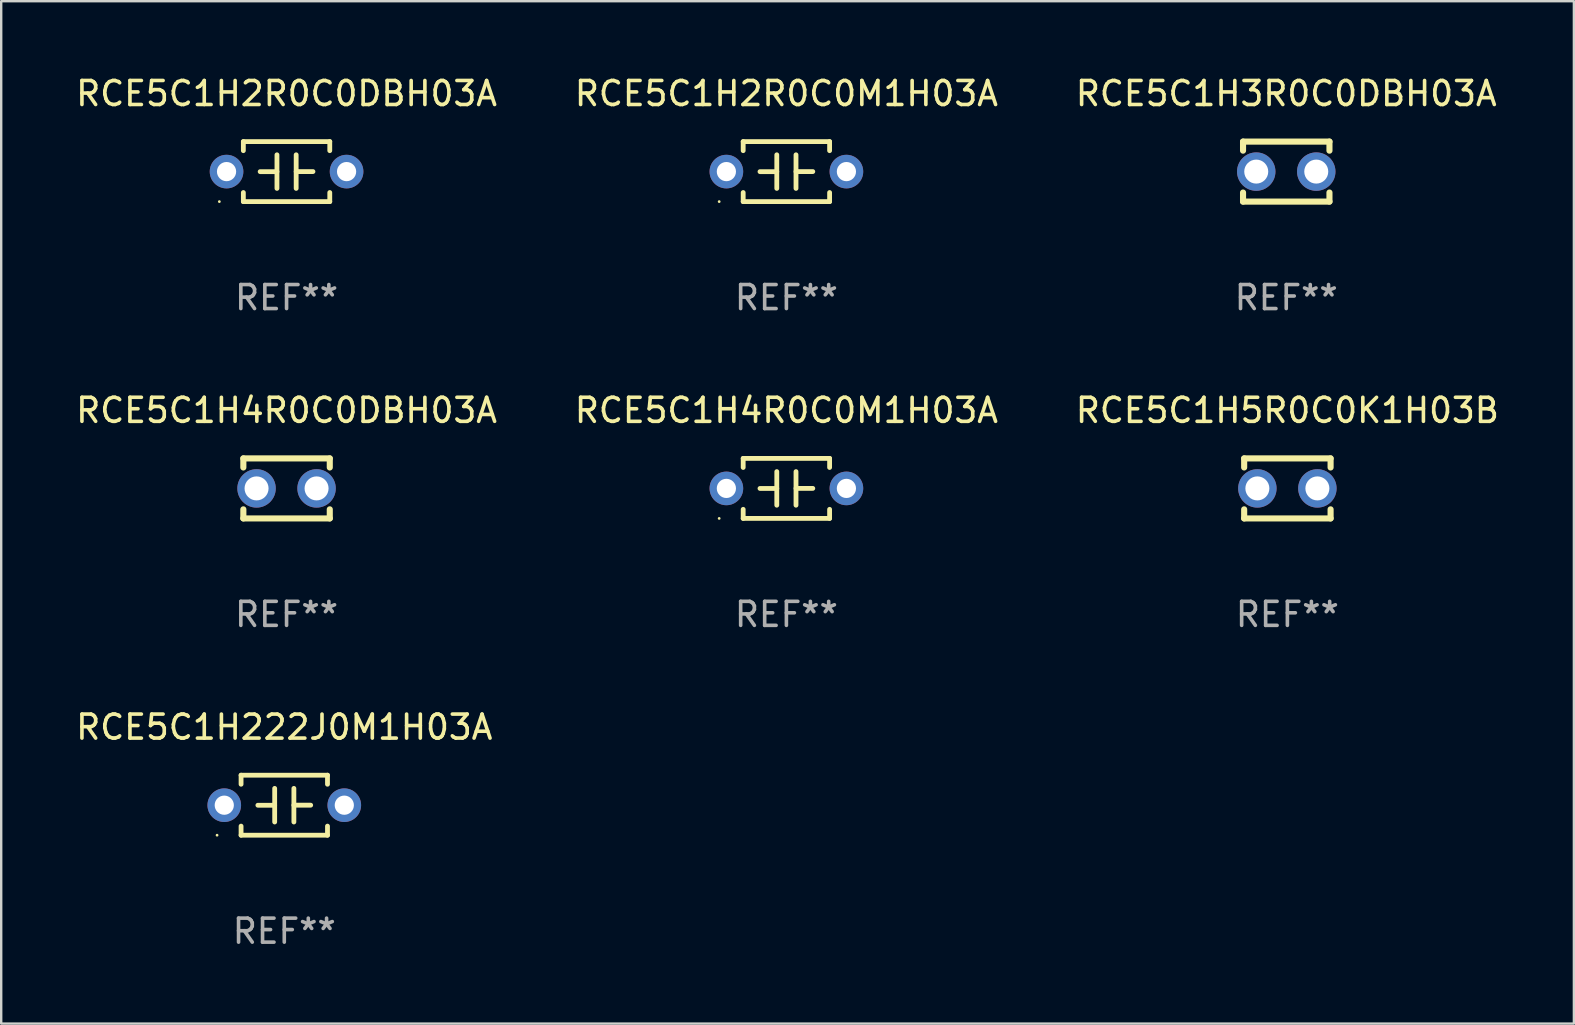
<source format=kicad_pcb>
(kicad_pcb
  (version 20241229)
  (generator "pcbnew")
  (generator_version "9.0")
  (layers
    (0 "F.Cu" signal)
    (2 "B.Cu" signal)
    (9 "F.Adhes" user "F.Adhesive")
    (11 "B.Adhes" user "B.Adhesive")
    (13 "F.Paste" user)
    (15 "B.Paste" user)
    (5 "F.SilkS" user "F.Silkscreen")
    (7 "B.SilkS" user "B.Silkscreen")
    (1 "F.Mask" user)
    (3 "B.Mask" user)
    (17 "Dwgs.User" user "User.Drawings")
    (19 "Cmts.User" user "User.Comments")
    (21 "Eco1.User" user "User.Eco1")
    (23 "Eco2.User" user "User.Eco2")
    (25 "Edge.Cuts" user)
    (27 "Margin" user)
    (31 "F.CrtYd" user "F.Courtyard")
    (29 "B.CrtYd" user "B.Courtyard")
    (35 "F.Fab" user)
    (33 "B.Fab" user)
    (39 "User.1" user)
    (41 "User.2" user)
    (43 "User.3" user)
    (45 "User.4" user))
  (footprint "RCE5C1H4R0C0DBH03A"
    (layer "F.Cu")
    (at 8.887 17.295)
    (property "Reference" "RCE5C1H4R0C0DBH03A" (at 0 -3.25 0) (layer "F.SilkS") (effects (font (size 1 1) (thickness 0.15))))
    (attr through_hole)
    (fp_line (start -1.8 -1.25) (end -1.8 -0.872) (stroke (width 0.254) (type solid)) (layer "F.SilkS"))
    (fp_line (start -1.8 -1.25) (end 1.8 -1.25) (stroke (width 0.254) (type solid)) (layer "F.SilkS"))
    (fp_line (start -1.8 0.872) (end -1.8 1.25) (stroke (width 0.254) (type solid)) (layer "F.SilkS"))
    (fp_line (start -1.8 1.25) (end 1.8 1.25) (stroke (width 0.254) (type solid)) (layer "F.SilkS"))
    (fp_line (start 1.8 -1.25) (end 1.8 -0.872) (stroke (width 0.254) (type solid)) (layer "F.SilkS"))
    (fp_line (start 1.8 0.872) (end 1.8 1.25) (stroke (width 0.254) (type solid)) (layer "F.SilkS"))
    (fp_circle (center -1.8 1.25) (end -1.77 1.25) (stroke (width 0.06) (type solid)) (fill no) (layer "F.SilkS"))
    (fp_text user "REF**" (at 0 5.25 0) (layer "F.Fab") (effects (font (size 1 1) (thickness 0.15))))
    (pad "1" thru_hole circle (at -1.25 0) (size 1.6 1.6) (drill 1) (layers "*.Cu" "*.Mask"))
    (pad "2" thru_hole circle (at 1.25 0) (size 1.6 1.6) (drill 1) (layers "*.Cu" "*.Mask")))
  (footprint "RCE5C1H2R0C0M1H03A"
    (layer "F.Cu")
    (at 29.708 4.098)
    (property "Reference" "RCE5C1H2R0C0M1H03A" (at 0 -3.25 0) (layer "F.SilkS") (effects (font (size 1 1) (thickness 0.15))))
    (attr through_hole)
    (fp_line (start -1.8 -1.25) (end -1.8 -0.872) (stroke (width 0.2) (type solid)) (layer "F.SilkS"))
    (fp_line (start -1.8 -1.25) (end 1.8 -1.25) (stroke (width 0.2) (type solid)) (layer "F.SilkS"))
    (fp_line (start -1.8 0.872) (end -1.8 1.25) (stroke (width 0.2) (type solid)) (layer "F.SilkS"))
    (fp_line (start -1.8 1.25) (end 1.8 1.25) (stroke (width 0.2) (type solid)) (layer "F.SilkS"))
    (fp_line (start -0.4 -0.7) (end -0.4 0.7) (stroke (width 0.2) (type solid)) (layer "F.SilkS"))
    (fp_line (start -0.4 0.002) (end -1.1 0.002) (stroke (width 0.2) (type solid)) (layer "F.SilkS"))
    (fp_line (start 0.4 -0.001) (end 1.1 -0.001) (stroke (width 0.2) (type solid)) (layer "F.SilkS"))
    (fp_line (start 0.4 0.7) (end 0.4 -0.7) (stroke (width 0.2) (type solid)) (layer "F.SilkS"))
    (fp_line (start 1.8 -1.25) (end 1.8 -0.872) (stroke (width 0.2) (type solid)) (layer "F.SilkS"))
    (fp_line (start 1.8 0.872) (end 1.8 1.25) (stroke (width 0.2) (type solid)) (layer "F.SilkS"))
    (fp_circle (center -2.8 1.25) (end -2.77 1.25) (stroke (width 0.06) (type solid)) (fill no) (layer "F.SilkS"))
    (fp_text user "REF**" (at 0 5.25 0) (layer "F.Fab") (effects (font (size 1 1) (thickness 0.15))))
    (pad "1" thru_hole circle (at -2.5 0) (size 1.4 1.4) (drill 0.8) (layers "*.Cu" "*.Mask"))
    (pad "2" thru_hole circle (at 2.5 0) (size 1.4 1.4) (drill 0.8) (layers "*.Cu" "*.Mask")))
  (footprint "RCE5C1H4R0C0M1H03A"
    (layer "F.Cu")
    (at 29.708 17.295)
    (property "Reference" "RCE5C1H4R0C0M1H03A" (at 0 -3.25 0) (layer "F.SilkS") (effects (font (size 1 1) (thickness 0.15))))
    (attr through_hole)
    (fp_line (start -1.8 -1.25) (end -1.8 -0.872) (stroke (width 0.2) (type solid)) (layer "F.SilkS"))
    (fp_line (start -1.8 -1.25) (end 1.8 -1.25) (stroke (width 0.2) (type solid)) (layer "F.SilkS"))
    (fp_line (start -1.8 0.872) (end -1.8 1.25) (stroke (width 0.2) (type solid)) (layer "F.SilkS"))
    (fp_line (start -1.8 1.25) (end 1.8 1.25) (stroke (width 0.2) (type solid)) (layer "F.SilkS"))
    (fp_line (start -0.4 -0.7) (end -0.4 0.7) (stroke (width 0.2) (type solid)) (layer "F.SilkS"))
    (fp_line (start -0.4 0.002) (end -1.1 0.002) (stroke (width 0.2) (type solid)) (layer "F.SilkS"))
    (fp_line (start 0.4 -0.001) (end 1.1 -0.001) (stroke (width 0.2) (type solid)) (layer "F.SilkS"))
    (fp_line (start 0.4 0.7) (end 0.4 -0.7) (stroke (width 0.2) (type solid)) (layer "F.SilkS"))
    (fp_line (start 1.8 -1.25) (end 1.8 -0.872) (stroke (width 0.2) (type solid)) (layer "F.SilkS"))
    (fp_line (start 1.8 0.872) (end 1.8 1.25) (stroke (width 0.2) (type solid)) (layer "F.SilkS"))
    (fp_circle (center -2.8 1.25) (end -2.77 1.25) (stroke (width 0.06) (type solid)) (fill no) (layer "F.SilkS"))
    (fp_text user "REF**" (at 0 5.25 0) (layer "F.Fab") (effects (font (size 1 1) (thickness 0.15))))
    (pad "1" thru_hole circle (at -2.5 0) (size 1.4 1.4) (drill 0.8) (layers "*.Cu" "*.Mask"))
    (pad "2" thru_hole circle (at 2.5 0) (size 1.4 1.4) (drill 0.8) (layers "*.Cu" "*.Mask")))
  (footprint "RCE5C1H3R0C0DBH03A"
    (layer "F.Cu")
    (at 50.53 4.098)
    (property "Reference" "RCE5C1H3R0C0DBH03A" (at 0 -3.25 0) (layer "F.SilkS") (effects (font (size 1 1) (thickness 0.15))))
    (attr through_hole)
    (fp_line (start -1.8 -1.25) (end -1.8 -0.872) (stroke (width 0.254) (type solid)) (layer "F.SilkS"))
    (fp_line (start -1.8 -1.25) (end 1.8 -1.25) (stroke (width 0.254) (type solid)) (layer "F.SilkS"))
    (fp_line (start -1.8 0.872) (end -1.8 1.25) (stroke (width 0.254) (type solid)) (layer "F.SilkS"))
    (fp_line (start -1.8 1.25) (end 1.8 1.25) (stroke (width 0.254) (type solid)) (layer "F.SilkS"))
    (fp_line (start 1.8 -1.25) (end 1.8 -0.872) (stroke (width 0.254) (type solid)) (layer "F.SilkS"))
    (fp_line (start 1.8 0.872) (end 1.8 1.25) (stroke (width 0.254) (type solid)) (layer "F.SilkS"))
    (fp_circle (center -1.8 1.25) (end -1.77 1.25) (stroke (width 0.06) (type solid)) (fill no) (layer "F.SilkS"))
    (fp_text user "REF**" (at 0 5.25 0) (layer "F.Fab") (effects (font (size 1 1) (thickness 0.15))))
    (pad "1" thru_hole circle (at -1.25 0) (size 1.6 1.6) (drill 1) (layers "*.Cu" "*.Mask"))
    (pad "2" thru_hole circle (at 1.25 0) (size 1.6 1.6) (drill 1) (layers "*.Cu" "*.Mask")))
  (footprint "RCE5C1H5R0C0K1H03B"
    (layer "F.Cu")
    (at 50.577 17.295)
    (property "Reference" "RCE5C1H5R0C0K1H03B" (at 0 -3.25 0) (layer "F.SilkS") (effects (font (size 1 1) (thickness 0.15))))
    (attr through_hole)
    (fp_line (start -1.8 -1.25) (end -1.8 -0.872) (stroke (width 0.254) (type solid)) (layer "F.SilkS"))
    (fp_line (start -1.8 -1.25) (end 1.8 -1.25) (stroke (width 0.254) (type solid)) (layer "F.SilkS"))
    (fp_line (start -1.8 0.872) (end -1.8 1.25) (stroke (width 0.254) (type solid)) (layer "F.SilkS"))
    (fp_line (start -1.8 1.25) (end 1.8 1.25) (stroke (width 0.254) (type solid)) (layer "F.SilkS"))
    (fp_line (start 1.8 -1.25) (end 1.8 -0.872) (stroke (width 0.254) (type solid)) (layer "F.SilkS"))
    (fp_line (start 1.8 0.872) (end 1.8 1.25) (stroke (width 0.254) (type solid)) (layer "F.SilkS"))
    (fp_circle (center -1.8 1.25) (end -1.77 1.25) (stroke (width 0.06) (type solid)) (fill no) (layer "F.SilkS"))
    (fp_text user "REF**" (at 0 5.25 0) (layer "F.Fab") (effects (font (size 1 1) (thickness 0.15))))
    (pad "1" thru_hole circle (at -1.25 0) (size 1.6 1.6) (drill 1) (layers "*.Cu" "*.Mask"))
    (pad "2" thru_hole circle (at 1.25 0) (size 1.6 1.6) (drill 1) (layers "*.Cu" "*.Mask")))
  (footprint "RCE5C1H2R0C0DBH03A"
    (layer "F.Cu")
    (at 8.887 4.098)
    (property "Reference" "RCE5C1H2R0C0DBH03A" (at 0 -3.25 0) (layer "F.SilkS") (effects (font (size 1 1) (thickness 0.15))))
    (attr through_hole)
    (fp_line (start -1.8 -1.25) (end -1.8 -0.872) (stroke (width 0.2) (type solid)) (layer "F.SilkS"))
    (fp_line (start -1.8 -1.25) (end 1.8 -1.25) (stroke (width 0.2) (type solid)) (layer "F.SilkS"))
    (fp_line (start -1.8 0.872) (end -1.8 1.25) (stroke (width 0.2) (type solid)) (layer "F.SilkS"))
    (fp_line (start -1.8 1.25) (end 1.8 1.25) (stroke (width 0.2) (type solid)) (layer "F.SilkS"))
    (fp_line (start -0.4 -0.7) (end -0.4 0.7) (stroke (width 0.2) (type solid)) (layer "F.SilkS"))
    (fp_line (start -0.4 0.002) (end -1.1 0.002) (stroke (width 0.2) (type solid)) (layer "F.SilkS"))
    (fp_line (start 0.4 -0.001) (end 1.1 -0.001) (stroke (width 0.2) (type solid)) (layer "F.SilkS"))
    (fp_line (start 0.4 0.7) (end 0.4 -0.7) (stroke (width 0.2) (type solid)) (layer "F.SilkS"))
    (fp_line (start 1.8 -1.25) (end 1.8 -0.872) (stroke (width 0.2) (type solid)) (layer "F.SilkS"))
    (fp_line (start 1.8 0.872) (end 1.8 1.25) (stroke (width 0.2) (type solid)) (layer "F.SilkS"))
    (fp_circle (center -2.8 1.25) (end -2.77 1.25) (stroke (width 0.06) (type solid)) (fill no) (layer "F.SilkS"))
    (fp_text user "REF**" (at 0 5.25 0) (layer "F.Fab") (effects (font (size 1 1) (thickness 0.15))))
    (pad "1" thru_hole circle (at -2.5 0) (size 1.4 1.4) (drill 0.8) (layers "*.Cu" "*.Mask"))
    (pad "2" thru_hole circle (at 2.5 0) (size 1.4 1.4) (drill 0.8) (layers "*.Cu" "*.Mask")))
  (footprint "RCE5C1H222J0M1H03A"
    (layer "F.Cu")
    (at 8.792 30.491)
    (property "Reference" "RCE5C1H222J0M1H03A" (at 0 -3.25 0) (layer "F.SilkS") (effects (font (size 1 1) (thickness 0.15))))
    (attr through_hole)
    (fp_line (start -1.8 -1.25) (end -1.8 -0.872) (stroke (width 0.2) (type solid)) (layer "F.SilkS"))
    (fp_line (start -1.8 -1.25) (end 1.8 -1.25) (stroke (width 0.2) (type solid)) (layer "F.SilkS"))
    (fp_line (start -1.8 0.872) (end -1.8 1.25) (stroke (width 0.2) (type solid)) (layer "F.SilkS"))
    (fp_line (start -1.8 1.25) (end 1.8 1.25) (stroke (width 0.2) (type solid)) (layer "F.SilkS"))
    (fp_line (start -0.4 -0.7) (end -0.4 0.7) (stroke (width 0.2) (type solid)) (layer "F.SilkS"))
    (fp_line (start -0.4 0.002) (end -1.1 0.002) (stroke (width 0.2) (type solid)) (layer "F.SilkS"))
    (fp_line (start 0.4 -0.001) (end 1.1 -0.001) (stroke (width 0.2) (type solid)) (layer "F.SilkS"))
    (fp_line (start 0.4 0.7) (end 0.4 -0.7) (stroke (width 0.2) (type solid)) (layer "F.SilkS"))
    (fp_line (start 1.8 -1.25) (end 1.8 -0.872) (stroke (width 0.2) (type solid)) (layer "F.SilkS"))
    (fp_line (start 1.8 0.872) (end 1.8 1.25) (stroke (width 0.2) (type solid)) (layer "F.SilkS"))
    (fp_circle (center -2.8 1.25) (end -2.77 1.25) (stroke (width 0.06) (type solid)) (fill no) (layer "F.SilkS"))
    (fp_text user "REF**" (at 0 5.25 0) (layer "F.Fab") (effects (font (size 1 1) (thickness 0.15))))
    (pad "1" thru_hole circle (at -2.5 0) (size 1.4 1.4) (drill 0.8) (layers "*.Cu" "*.Mask"))
    (pad "2" thru_hole circle (at 2.5 0) (size 1.4 1.4) (drill 0.8) (layers "*.Cu" "*.Mask")))
  (gr_rect
    (start -3 -3)
    (end 62.512 39.59)
    (stroke (width 0.1) (type default))
    (fill no)
    (layer "Edge.Cuts")))
</source>
